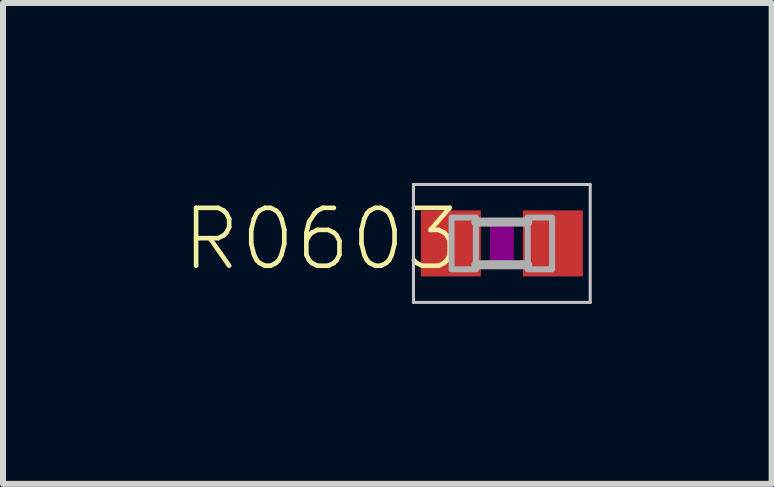
<source format=kicad_pcb>
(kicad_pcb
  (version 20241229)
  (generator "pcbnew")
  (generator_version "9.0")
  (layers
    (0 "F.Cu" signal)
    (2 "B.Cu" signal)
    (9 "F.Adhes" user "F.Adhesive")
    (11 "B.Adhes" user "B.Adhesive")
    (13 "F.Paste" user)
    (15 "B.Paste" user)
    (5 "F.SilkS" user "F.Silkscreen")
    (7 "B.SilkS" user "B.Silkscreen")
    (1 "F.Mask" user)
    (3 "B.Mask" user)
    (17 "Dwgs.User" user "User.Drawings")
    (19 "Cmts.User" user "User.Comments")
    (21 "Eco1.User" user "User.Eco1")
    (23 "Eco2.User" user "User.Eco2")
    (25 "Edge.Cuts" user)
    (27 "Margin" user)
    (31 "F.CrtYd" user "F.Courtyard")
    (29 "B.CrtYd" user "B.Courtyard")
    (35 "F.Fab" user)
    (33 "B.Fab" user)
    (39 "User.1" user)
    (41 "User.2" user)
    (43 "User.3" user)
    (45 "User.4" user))
  (footprint "R0603"
    (layer "F.Cu")
    (at 5.316 1.008)
    (property "Reference" "R0603" (at -0.635 -0.635 180) (layer "F.SilkS") (effects (font (size 0.965 0.965) (thickness 0.077)) (justify right top)))
    (attr through_hole)
    (fp_poly (pts (xy -0.2 0.4) (xy 0.2 0.4) (xy 0.2 -0.4) (xy -0.2 -0.4)) (stroke (width 0) (type solid)) (fill yes) (layer "F.Adhes"))
    (fp_line (start -1.473 -0.983) (end 1.473 -0.983) (stroke (width 0.051) (type solid)) (layer "Dwgs.User"))
    (fp_line (start -1.473 0.983) (end -1.473 -0.983) (stroke (width 0.051) (type solid)) (layer "Dwgs.User"))
    (fp_line (start 1.473 -0.983) (end 1.473 0.983) (stroke (width 0.051) (type solid)) (layer "Dwgs.User"))
    (fp_line (start 1.473 0.983) (end -1.473 0.983) (stroke (width 0.051) (type solid)) (layer "Dwgs.User"))
    (fp_line (start -0.432 0.356) (end 0.432 0.356) (stroke (width 0.152) (type solid)) (layer "F.Fab"))
    (fp_line (start 0.432 -0.356) (end -0.432 -0.356) (stroke (width 0.152) (type solid)) (layer "F.Fab"))
    (fp_poly (pts (xy -0.838 0.432) (xy -0.432 0.432) (xy -0.432 -0.432) (xy -0.838 -0.432)) (stroke (width 0.1) (type solid)) (fill no) (layer "F.Fab"))
    (fp_poly (pts (xy 0.432 0.432) (xy 0.838 0.432) (xy 0.838 -0.432) (xy 0.432 -0.432)) (stroke (width 0.1) (type solid)) (fill no) (layer "F.Fab"))
    (pad "1" smd rect (at -0.85 0) (size 1 1.1) (layers "F.Cu" "F.Mask" "F.Paste"))
    (pad "2" smd rect (at 0.85 0) (size 1 1.1) (layers "F.Cu" "F.Mask" "F.Paste")))
  (gr_rect
    (start -3 -3)
    (end 9.814 5.017)
    (stroke (width 0.1) (type default))
    (fill no)
    (layer "Edge.Cuts")))
</source>
